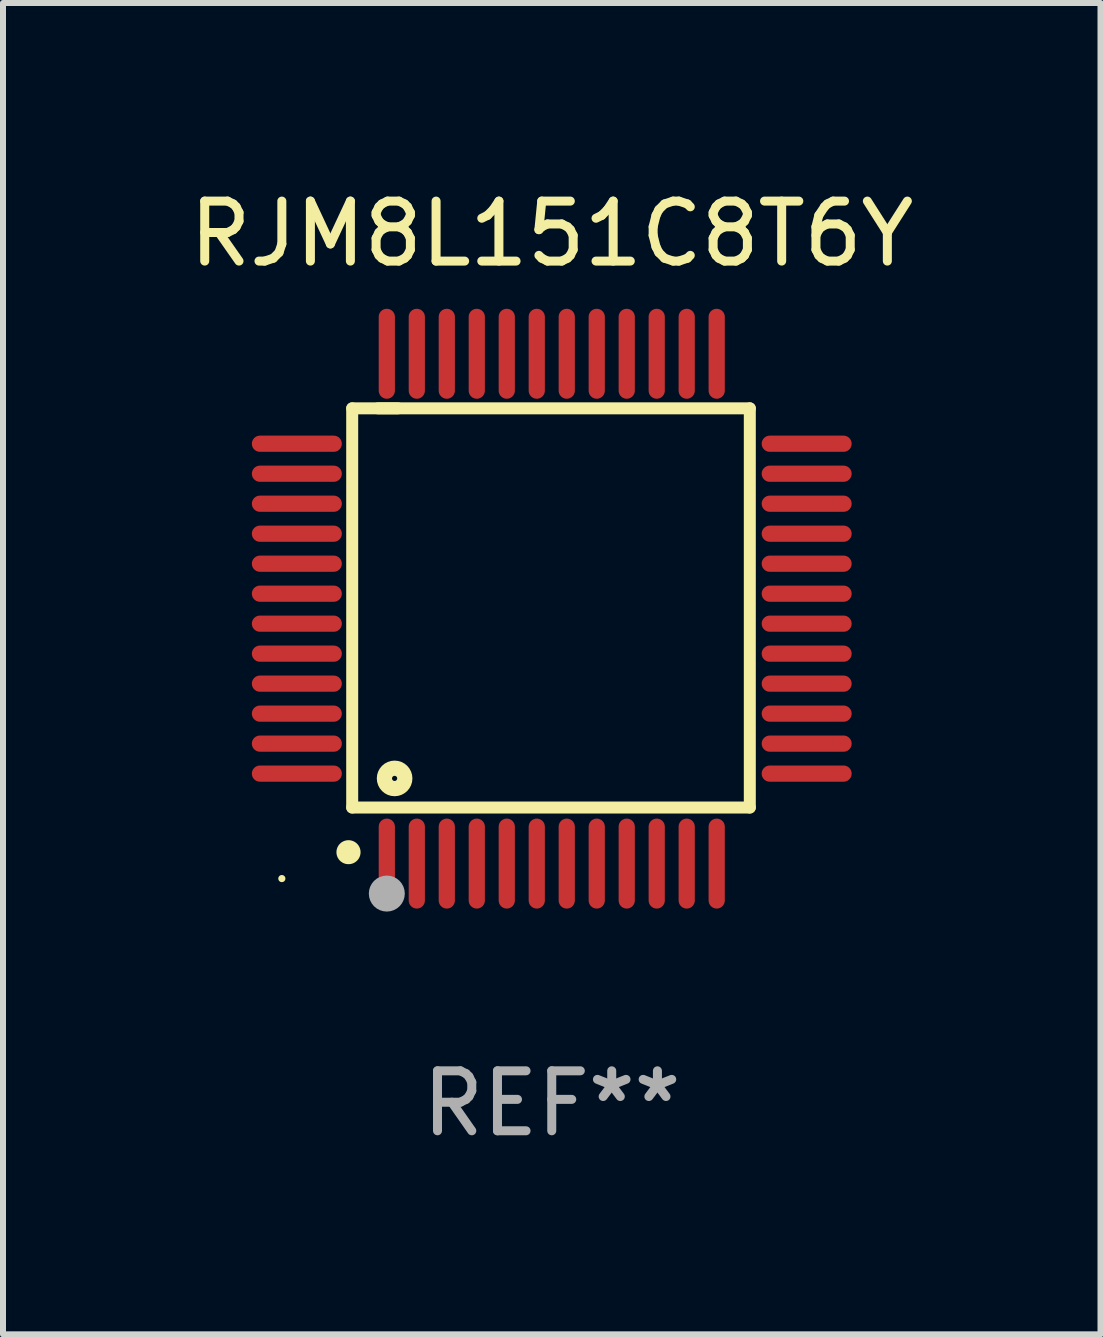
<source format=kicad_pcb>
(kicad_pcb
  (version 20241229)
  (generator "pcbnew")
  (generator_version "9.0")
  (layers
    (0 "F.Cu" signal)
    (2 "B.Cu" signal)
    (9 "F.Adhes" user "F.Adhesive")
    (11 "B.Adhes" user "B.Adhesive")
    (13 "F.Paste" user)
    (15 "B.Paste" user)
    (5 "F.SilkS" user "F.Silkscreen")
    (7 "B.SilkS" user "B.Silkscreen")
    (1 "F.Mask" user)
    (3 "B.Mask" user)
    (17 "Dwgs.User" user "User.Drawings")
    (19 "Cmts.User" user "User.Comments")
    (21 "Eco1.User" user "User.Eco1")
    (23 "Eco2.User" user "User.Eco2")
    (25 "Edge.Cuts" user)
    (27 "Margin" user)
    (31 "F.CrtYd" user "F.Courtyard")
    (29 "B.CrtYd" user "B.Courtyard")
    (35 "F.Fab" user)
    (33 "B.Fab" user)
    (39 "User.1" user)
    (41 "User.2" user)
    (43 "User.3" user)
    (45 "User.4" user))
  (footprint "RJM8L151C8T6Y"
    (layer "F.Cu")
    (at 6.149 7.098)
    (property "Reference" "RJM8L151C8T6Y" (at 0 -6.25 0) (layer "F.SilkS") (effects (font (size 1 1) (thickness 0.15))))
    (attr through_hole)
    (fp_line (start -3.327 -3.34) (end -2.565 -3.34) (stroke (width 0.2) (type solid)) (layer "F.SilkS"))
    (fp_line (start -3.327 3.315) (end -3.327 -3.34) (stroke (width 0.2) (type solid)) (layer "F.SilkS"))
    (fp_line (start -2.896 -3.34) (end 3.302 -3.34) (stroke (width 0.2) (type solid)) (layer "F.SilkS"))
    (fp_line (start 3.302 -3.34) (end 3.302 3.315) (stroke (width 0.2) (type solid)) (layer "F.SilkS"))
    (fp_line (start 3.302 3.315) (end -3.327 3.315) (stroke (width 0.2) (type solid)) (layer "F.SilkS"))
    (fp_arc (start -3.389992 4.059995) (mid -3.388722 4.059991) (end -3.387452 4.059995) (stroke (width 0.4) (type solid)) (layer "F.SilkS"))
    (fp_circle (center -4.5 4.5) (end -4.47 4.5) (stroke (width 0.06) (type solid)) (fill no) (layer "F.SilkS"))
    (fp_circle (center -2.62 2.83) (end -2.45 2.83) (stroke (width 0.254) (type solid)) (fill no) (layer "F.SilkS"))
    (fp_circle (center -2.75 4.75) (end -2.6 4.75) (stroke (width 0.3) (type solid)) (fill no) (layer "F.Fab"))
    (fp_text user "REF**" (at 0 8.25 0) (layer "F.Fab") (effects (font (size 1 1) (thickness 0.15))))
    (pad "1" smd oval (at -2.75 4.25) (size 0.27 1.5) (layers "F.Cu" "F.Mask" "F.Paste"))
    (pad "2" smd oval (at -2.25 4.25) (size 0.27 1.5) (layers "F.Cu" "F.Mask" "F.Paste"))
    (pad "3" smd oval (at -1.75 4.25) (size 0.27 1.5) (layers "F.Cu" "F.Mask" "F.Paste"))
    (pad "4" smd oval (at -1.25 4.25) (size 0.27 1.5) (layers "F.Cu" "F.Mask" "F.Paste"))
    (pad "5" smd oval (at -0.75 4.25) (size 0.27 1.5) (layers "F.Cu" "F.Mask" "F.Paste"))
    (pad "6" smd oval (at -0.25 4.25) (size 0.27 1.5) (layers "F.Cu" "F.Mask" "F.Paste"))
    (pad "7" smd oval (at 0.25 4.25) (size 0.27 1.5) (layers "F.Cu" "F.Mask" "F.Paste"))
    (pad "8" smd oval (at 0.75 4.25) (size 0.27 1.5) (layers "F.Cu" "F.Mask" "F.Paste"))
    (pad "9" smd oval (at 1.25 4.25) (size 0.27 1.5) (layers "F.Cu" "F.Mask" "F.Paste"))
    (pad "10" smd oval (at 1.75 4.25) (size 0.27 1.5) (layers "F.Cu" "F.Mask" "F.Paste"))
    (pad "11" smd oval (at 2.25 4.25) (size 0.27 1.5) (layers "F.Cu" "F.Mask" "F.Paste"))
    (pad "12" smd oval (at 2.75 4.25) (size 0.27 1.5) (layers "F.Cu" "F.Mask" "F.Paste"))
    (pad "13" smd oval (at 4.25 2.75) (size 1.5 0.27) (layers "F.Cu" "F.Mask" "F.Paste"))
    (pad "14" smd oval (at 4.25 2.25) (size 1.5 0.27) (layers "F.Cu" "F.Mask" "F.Paste"))
    (pad "15" smd oval (at 4.25 1.75) (size 1.5 0.27) (layers "F.Cu" "F.Mask" "F.Paste"))
    (pad "16" smd oval (at 4.25 1.25) (size 1.5 0.27) (layers "F.Cu" "F.Mask" "F.Paste"))
    (pad "17" smd oval (at 4.25 0.75) (size 1.5 0.27) (layers "F.Cu" "F.Mask" "F.Paste"))
    (pad "18" smd oval (at 4.25 0.25) (size 1.5 0.27) (layers "F.Cu" "F.Mask" "F.Paste"))
    (pad "19" smd oval (at 4.25 -0.25) (size 1.5 0.27) (layers "F.Cu" "F.Mask" "F.Paste"))
    (pad "20" smd oval (at 4.25 -0.75) (size 1.5 0.27) (layers "F.Cu" "F.Mask" "F.Paste"))
    (pad "21" smd oval (at 4.25 -1.25) (size 1.5 0.27) (layers "F.Cu" "F.Mask" "F.Paste"))
    (pad "22" smd oval (at 4.25 -1.75) (size 1.5 0.27) (layers "F.Cu" "F.Mask" "F.Paste"))
    (pad "23" smd oval (at 4.25 -2.25) (size 1.5 0.27) (layers "F.Cu" "F.Mask" "F.Paste"))
    (pad "24" smd oval (at 4.25 -2.75) (size 1.5 0.27) (layers "F.Cu" "F.Mask" "F.Paste"))
    (pad "25" smd oval (at 2.75 -4.25) (size 0.27 1.5) (layers "F.Cu" "F.Mask" "F.Paste"))
    (pad "26" smd oval (at 2.25 -4.25) (size 0.27 1.5) (layers "F.Cu" "F.Mask" "F.Paste"))
    (pad "27" smd oval (at 1.75 -4.25) (size 0.27 1.5) (layers "F.Cu" "F.Mask" "F.Paste"))
    (pad "28" smd oval (at 1.25 -4.25) (size 0.27 1.5) (layers "F.Cu" "F.Mask" "F.Paste"))
    (pad "29" smd oval (at 0.75 -4.25) (size 0.27 1.5) (layers "F.Cu" "F.Mask" "F.Paste"))
    (pad "30" smd oval (at 0.25 -4.25) (size 0.27 1.5) (layers "F.Cu" "F.Mask" "F.Paste"))
    (pad "31" smd oval (at -0.25 -4.25) (size 0.27 1.5) (layers "F.Cu" "F.Mask" "F.Paste"))
    (pad "32" smd oval (at -0.75 -4.25) (size 0.27 1.5) (layers "F.Cu" "F.Mask" "F.Paste"))
    (pad "33" smd oval (at -1.25 -4.25) (size 0.27 1.5) (layers "F.Cu" "F.Mask" "F.Paste"))
    (pad "34" smd oval (at -1.75 -4.25) (size 0.27 1.5) (layers "F.Cu" "F.Mask" "F.Paste"))
    (pad "35" smd oval (at -2.25 -4.25) (size 0.27 1.5) (layers "F.Cu" "F.Mask" "F.Paste"))
    (pad "36" smd oval (at -2.75 -4.25) (size 0.27 1.5) (layers "F.Cu" "F.Mask" "F.Paste"))
    (pad "37" smd oval (at -4.25 -2.75) (size 1.5 0.27) (layers "F.Cu" "F.Mask" "F.Paste"))
    (pad "38" smd oval (at -4.25 -2.25) (size 1.5 0.27) (layers "F.Cu" "F.Mask" "F.Paste"))
    (pad "39" smd oval (at -4.25 -1.75) (size 1.5 0.27) (layers "F.Cu" "F.Mask" "F.Paste"))
    (pad "40" smd oval (at -4.25 -1.25) (size 1.5 0.27) (layers "F.Cu" "F.Mask" "F.Paste"))
    (pad "41" smd oval (at -4.25 -0.75) (size 1.5 0.27) (layers "F.Cu" "F.Mask" "F.Paste"))
    (pad "42" smd oval (at -4.25 -0.25) (size 1.5 0.27) (layers "F.Cu" "F.Mask" "F.Paste"))
    (pad "43" smd oval (at -4.25 0.25) (size 1.5 0.27) (layers "F.Cu" "F.Mask" "F.Paste"))
    (pad "44" smd oval (at -4.25 0.75) (size 1.5 0.27) (layers "F.Cu" "F.Mask" "F.Paste"))
    (pad "45" smd oval (at -4.25 1.25) (size 1.5 0.27) (layers "F.Cu" "F.Mask" "F.Paste"))
    (pad "46" smd oval (at -4.25 1.75) (size 1.5 0.27) (layers "F.Cu" "F.Mask" "F.Paste"))
    (pad "47" smd oval (at -4.25 2.25) (size 1.5 0.27) (layers "F.Cu" "F.Mask" "F.Paste"))
    (pad "48" smd oval (at -4.25 2.75) (size 1.5 0.27) (layers "F.Cu" "F.Mask" "F.Paste")))
  (gr_rect
    (start -3 -3)
    (end 15.298 19.196)
    (stroke (width 0.1) (type default))
    (fill no)
    (layer "Edge.Cuts")))
</source>
